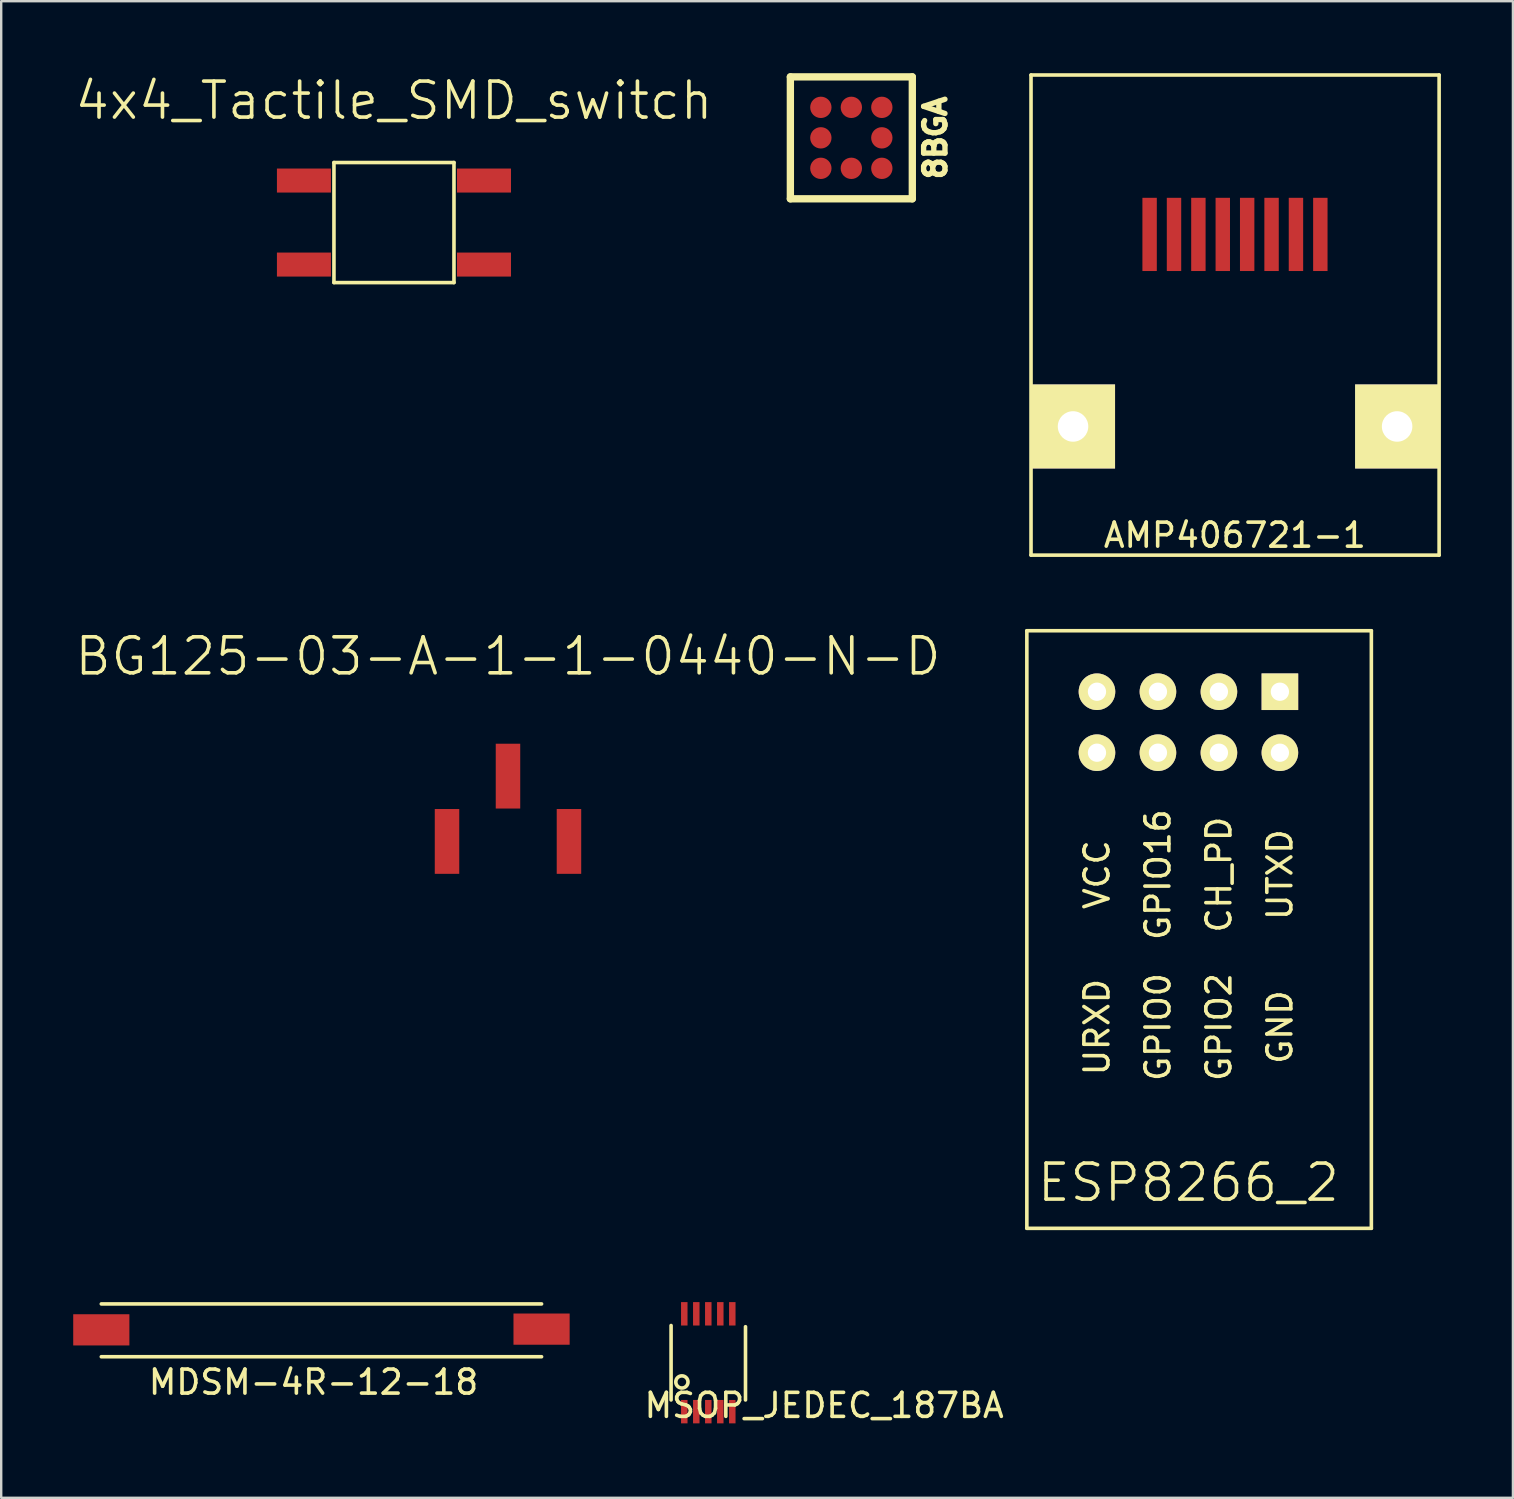
<source format=kicad_pcb>
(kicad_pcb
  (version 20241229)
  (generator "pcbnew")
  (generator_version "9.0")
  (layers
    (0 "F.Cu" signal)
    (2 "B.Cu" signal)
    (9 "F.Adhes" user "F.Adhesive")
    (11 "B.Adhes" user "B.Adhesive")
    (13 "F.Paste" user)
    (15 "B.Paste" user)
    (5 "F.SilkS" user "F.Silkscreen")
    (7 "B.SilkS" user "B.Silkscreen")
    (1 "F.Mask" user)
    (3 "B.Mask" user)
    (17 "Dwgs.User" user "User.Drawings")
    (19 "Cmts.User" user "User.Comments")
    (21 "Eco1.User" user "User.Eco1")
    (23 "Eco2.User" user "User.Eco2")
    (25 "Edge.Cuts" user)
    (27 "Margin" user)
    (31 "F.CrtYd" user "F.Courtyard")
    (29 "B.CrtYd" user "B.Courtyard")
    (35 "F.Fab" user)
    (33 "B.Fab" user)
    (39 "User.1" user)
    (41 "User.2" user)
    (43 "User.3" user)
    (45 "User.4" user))
  (footprint "ESP8266_2"
    (layer "F.Cu")
    (at 39.471 45.45)
    (property "Reference" "ESP8266_2" (at 6.985 0.762 180) (layer "F.SilkS") (effects (font (size 1.5 1.5) (thickness 0.15))))
    (attr through_hole)
    (fp_line (start 0.254 -22.225) (end 0.254 2.667) (stroke (width 0.15) (type solid)) (layer "F.SilkS"))
    (fp_line (start 0.254 2.667) (end 14.605 2.667) (stroke (width 0.15) (type solid)) (layer "F.SilkS"))
    (fp_line (start 14.605 -22.225) (end 0.254 -22.225) (stroke (width 0.15) (type solid)) (layer "F.SilkS"))
    (fp_line (start 14.605 2.667) (end 14.605 -22.225) (stroke (width 0.15) (type solid)) (layer "F.SilkS"))
    (fp_text user "GND" (at 10.795 -5.715 270) (layer "F.SilkS") (effects (font (size 1 1) (thickness 0.15))))
    (fp_text user "GPIO0" (at 5.715 -5.715 270) (layer "F.SilkS") (effects (font (size 1 1) (thickness 0.15))))
    (fp_text user "CH_PD" (at 8.255 -12.065 270) (layer "F.SilkS") (effects (font (size 1 1) (thickness 0.15))))
    (fp_text user "VCC" (at 3.175 -12.065 270) (layer "F.SilkS") (effects (font (size 1 1) (thickness 0.15))))
    (fp_text user "UTXD" (at 10.795 -12.065 270) (layer "F.SilkS") (effects (font (size 1 1) (thickness 0.15))))
    (fp_text user "GPIO16" (at 5.715 -12.065 270) (layer "F.SilkS") (effects (font (size 1 1) (thickness 0.15))))
    (fp_text user "GPIO2" (at 8.255 -5.715 270) (layer "F.SilkS") (effects (font (size 1 1) (thickness 0.15))))
    (fp_text user "URXD" (at 3.175 -5.715 270) (layer "F.SilkS") (effects (font (size 1 1) (thickness 0.15))))
    (pad "1" thru_hole rect (at 10.795 -19.685 180) (size 1.524 1.524) (drill 0.762) (layers "*.Cu" "*.Mask" "F.SilkS"))
    (pad "2" thru_hole circle (at 8.255 -19.685 180) (size 1.524 1.524) (drill 0.762) (layers "*.Cu" "*.Mask" "F.SilkS"))
    (pad "3" thru_hole circle (at 5.715 -19.685 180) (size 1.524 1.524) (drill 0.762) (layers "*.Cu" "*.Mask" "F.SilkS"))
    (pad "4" thru_hole circle (at 3.175 -19.685 180) (size 1.524 1.524) (drill 0.762) (layers "*.Cu" "*.Mask" "F.SilkS"))
    (pad "5" thru_hole circle (at 10.795 -17.145 180) (size 1.524 1.524) (drill 0.762) (layers "*.Cu" "*.Mask" "F.SilkS"))
    (pad "6" thru_hole circle (at 8.255 -17.145 180) (size 1.524 1.524) (drill 0.762) (layers "*.Cu" "*.Mask" "F.SilkS"))
    (pad "7" thru_hole circle (at 5.715 -17.145 180) (size 1.524 1.524) (drill 0.762) (layers "*.Cu" "*.Mask" "F.SilkS"))
    (pad "8" thru_hole circle (at 3.175 -17.145 180) (size 1.524 1.524) (drill 0.762) (layers "*.Cu" "*.Mask" "F.SilkS")))
  (footprint "AMP406721-1"
    (layer "F.Cu")
    (at 48.399 14.715)
    (property "Reference" "AMP406721-1" (at -0.01 4.53 0) (layer "F.SilkS") (effects (font (size 1 1) (thickness 0.15))))
    (attr through_hole)
    (fp_line (start -8.5 -14.64) (end 8.5 -14.64) (stroke (width 0.15) (type solid)) (layer "F.SilkS"))
    (fp_line (start -8.5 5.36) (end -8.5 -14.64) (stroke (width 0.15) (type solid)) (layer "F.SilkS"))
    (fp_line (start -8.5 5.36) (end 8.5 5.36) (stroke (width 0.15) (type solid)) (layer "F.SilkS"))
    (fp_line (start 8.5 5.36) (end 8.5 -14.64) (stroke (width 0.15) (type solid)) (layer "F.SilkS"))
    (pad "" np_thru_hole rect (at -6.75 0) (size 3.5 3.5) (drill 1.27) (layers "*.Cu" "*.Mask" "F.SilkS"))
    (pad "" np_thru_hole rect (at 6.75 0) (size 3.5 3.5) (drill 1.27) (layers "*.Cu" "*.Mask" "F.SilkS"))
    (pad "1" smd rect (at -3.56 -8) (size 0.6 3.05) (layers "F.Cu" "F.Mask" "F.Paste"))
    (pad "2" smd rect (at -2.544 -8) (size 0.6 3.05) (layers "F.Cu" "F.Mask" "F.Paste"))
    (pad "3" smd rect (at -1.528 -8) (size 0.6 3.05) (layers "F.Cu" "F.Mask" "F.Paste"))
    (pad "4" smd rect (at -0.512 -8) (size 0.6 3.05) (layers "F.Cu" "F.Mask" "F.Paste"))
    (pad "5" smd rect (at 0.504 -8) (size 0.6 3.05) (layers "F.Cu" "F.Mask" "F.Paste"))
    (pad "6" smd rect (at 1.52 -8) (size 0.6 3.05) (layers "F.Cu" "F.Mask" "F.Paste"))
    (pad "7" smd rect (at 2.536 -8) (size 0.6 3.05) (layers "F.Cu" "F.Mask" "F.Paste"))
    (pad "8" smd rect (at 3.552 -8) (size 0.6 3.05) (layers "F.Cu" "F.Mask" "F.Paste")))
  (footprint "MDSM-4R-12-18"
    (layer "F.Cu")
    (at 10.34 52.367)
    (property "Reference" "MDSM-4R-12-18" (at -0.33 2.16 0) (layer "F.SilkS") (effects (font (size 1 1) (thickness 0.15))))
    (attr through_hole)
    (fp_line (start -9.17 1.1) (end 9.17 1.1) (stroke (width 0.15) (type solid)) (layer "F.SilkS"))
    (fp_line (start 9.17 -1.1) (end -9.17 -1.1) (stroke (width 0.15) (type solid)) (layer "F.SilkS"))
    (pad "1" smd rect (at -9.17 -0.02) (size 2.34 1.3) (layers "F.Cu" "F.Mask" "F.Paste"))
    (pad "2" smd rect (at 9.17 -0.05) (size 2.34 1.3) (layers "F.Cu" "F.Mask" "F.Paste")))
  (footprint "8BGA"
    (layer "F.Cu")
    (at 32.414 2.692)
    (property "Reference" "8BGA" (at 3.5 0 270) (layer "F.SilkS") (effects (font (size 0.889 0.889) (thickness 0.305))))
    (attr through_hole)
    (fp_line (start -2.54 -2.54) (end -2.54 2.54) (stroke (width 0.305) (type solid)) (layer "F.SilkS"))
    (fp_line (start -2.54 2.54) (end 2.54 2.54) (stroke (width 0.305) (type solid)) (layer "F.SilkS"))
    (fp_line (start 2.54 -2.54) (end -2.54 -2.54) (stroke (width 0.305) (type solid)) (layer "F.SilkS"))
    (fp_line (start 2.54 2.54) (end 2.54 -2.54) (stroke (width 0.305) (type solid)) (layer "F.SilkS"))
    (pad "A1" smd circle (at 1.27 1.27 180) (size 0.889 0.889) (layers "F.Cu" "F.Mask" "F.Paste"))
    (pad "A2" smd circle (at 0 1.27 180) (size 0.889 0.889) (layers "F.Cu" "F.Mask" "F.Paste"))
    (pad "A3" smd circle (at -1.27 1.27 180) (size 0.889 0.889) (layers "F.Cu" "F.Mask" "F.Paste"))
    (pad "B1" smd circle (at 1.27 0 90) (size 0.889 0.889) (layers "F.Cu" "F.Mask" "F.Paste"))
    (pad "B3" smd circle (at -1.27 0 270) (size 0.889 0.889) (layers "F.Cu" "F.Mask" "F.Paste"))
    (pad "C1" smd circle (at 1.27 -1.27 90) (size 0.889 0.889) (layers "F.Cu" "F.Mask" "F.Paste"))
    (pad "C2" smd circle (at 0 -1.27) (size 0.889 0.889) (layers "F.Cu" "F.Mask" "F.Paste"))
    (pad "C3" smd circle (at -1.27 -1.27 180) (size 0.889 0.889) (layers "F.Cu" "F.Mask" "F.Paste")))
  (footprint "4x4_Tactile_SMD_switch"
    (layer "F.Cu")
    (at 13.361 6.221)
    (property "Reference" "4x4_Tactile_SMD_switch" (at 0 -5.08 0) (layer "F.SilkS") (effects (font (size 1.5 1.5) (thickness 0.15))))
    (attr through_hole)
    (fp_line (start -2.5 -2.5) (end 2.5 -2.5) (stroke (width 0.15) (type solid)) (layer "F.SilkS"))
    (fp_line (start -2.5 2.5) (end -2.5 -2.5) (stroke (width 0.15) (type solid)) (layer "F.SilkS"))
    (fp_line (start 2.5 -2.5) (end 2.5 2.5) (stroke (width 0.15) (type solid)) (layer "F.SilkS"))
    (fp_line (start 2.5 2.5) (end -2.5 2.5) (stroke (width 0.15) (type solid)) (layer "F.SilkS"))
    (pad "1" smd rect (at -3.75 -1.75) (size 2.25 1) (layers "F.Cu" "F.Mask" "F.Paste"))
    (pad "2" smd rect (at -3.75 1.75) (size 2.25 1) (layers "F.Cu" "F.Mask" "F.Paste"))
    (pad "3" smd rect (at 3.75 -1.75) (size 2.25 1) (layers "F.Cu" "F.Mask" "F.Paste"))
    (pad "4" smd rect (at 3.75 1.75) (size 2.25 1) (layers "F.Cu" "F.Mask" "F.Paste")))
  (footprint "MSOP_JEDEC_187BA"
    (layer "F.Cu")
    (at 26.455 53.717)
    (property "Reference" "MSOP_JEDEC_187BA" (at 4.826 1.778 0) (layer "F.SilkS") (effects (font (size 1 1) (thickness 0.15))))
    (attr through_hole)
    (fp_line (start -1.55 1.55) (end -1.55 -1.55) (stroke (width 0.15) (type solid)) (layer "F.SilkS"))
    (fp_line (start 1.55 -1.5) (end 1.55 1.55) (stroke (width 0.15) (type solid)) (layer "F.SilkS"))
    (fp_circle (center -1.1 0.8) (end -1.1 0.546) (stroke (width 0.15) (type solid)) (fill no) (layer "F.SilkS"))
    (pad "1" smd rect (at -1 2.038) (size 0.27 0.975) (layers "F.Cu" "F.Mask" "F.Paste"))
    (pad "2" smd rect (at -0.5 2.038) (size 0.27 0.975) (layers "F.Cu" "F.Mask" "F.Paste"))
    (pad "3" smd rect (at 0 2.038) (size 0.27 0.975) (layers "F.Cu" "F.Mask" "F.Paste"))
    (pad "4" smd rect (at 0.5 2.038) (size 0.27 0.975) (layers "F.Cu" "F.Mask" "F.Paste"))
    (pad "5" smd rect (at 1 2.038) (size 0.27 0.975) (layers "F.Cu" "F.Mask" "F.Paste"))
    (pad "6" smd rect (at 1 -2.038) (size 0.27 0.975) (layers "F.Cu" "F.Mask" "F.Paste"))
    (pad "7" smd rect (at 0.5 -2.038) (size 0.27 0.975) (layers "F.Cu" "F.Mask" "F.Paste"))
    (pad "8" smd rect (at 0 -2.038) (size 0.27 0.975) (layers "F.Cu" "F.Mask" "F.Paste"))
    (pad "9" smd rect (at -0.5 -2.038) (size 0.27 0.975) (layers "F.Cu" "F.Mask" "F.Paste"))
    (pad "10" smd rect (at -1 -2.038) (size 0.27 0.975) (layers "F.Cu" "F.Mask" "F.Paste")))
  (footprint "BG125-03-A-1-1-0440-N-D"
    (layer "F.Cu")
    (at 18.111 30.641)
    (property "Reference" "BG125-03-A-1-1-0440-N-D" (at 0 -6.35 0) (layer "F.SilkS") (effects (font (size 1.5 1.5) (thickness 0.15))))
    (attr through_hole)
    (pad "2" smd rect (at 2.54 1.36) (size 1.02 2.7) (layers "F.Cu" "F.Mask" "F.Paste"))
    (pad "3" smd rect (at 0 -1.36) (size 1.02 2.7) (layers "F.Cu" "F.Mask" "F.Paste"))
    (pad "4" smd rect (at -2.54 1.36) (size 1.02 2.7) (layers "F.Cu" "F.Mask" "F.Paste")))
  (gr_rect
    (start -3 -3)
    (end 59.974 59.343)
    (stroke (width 0.1) (type default))
    (fill no)
    (layer "Edge.Cuts")))
</source>
